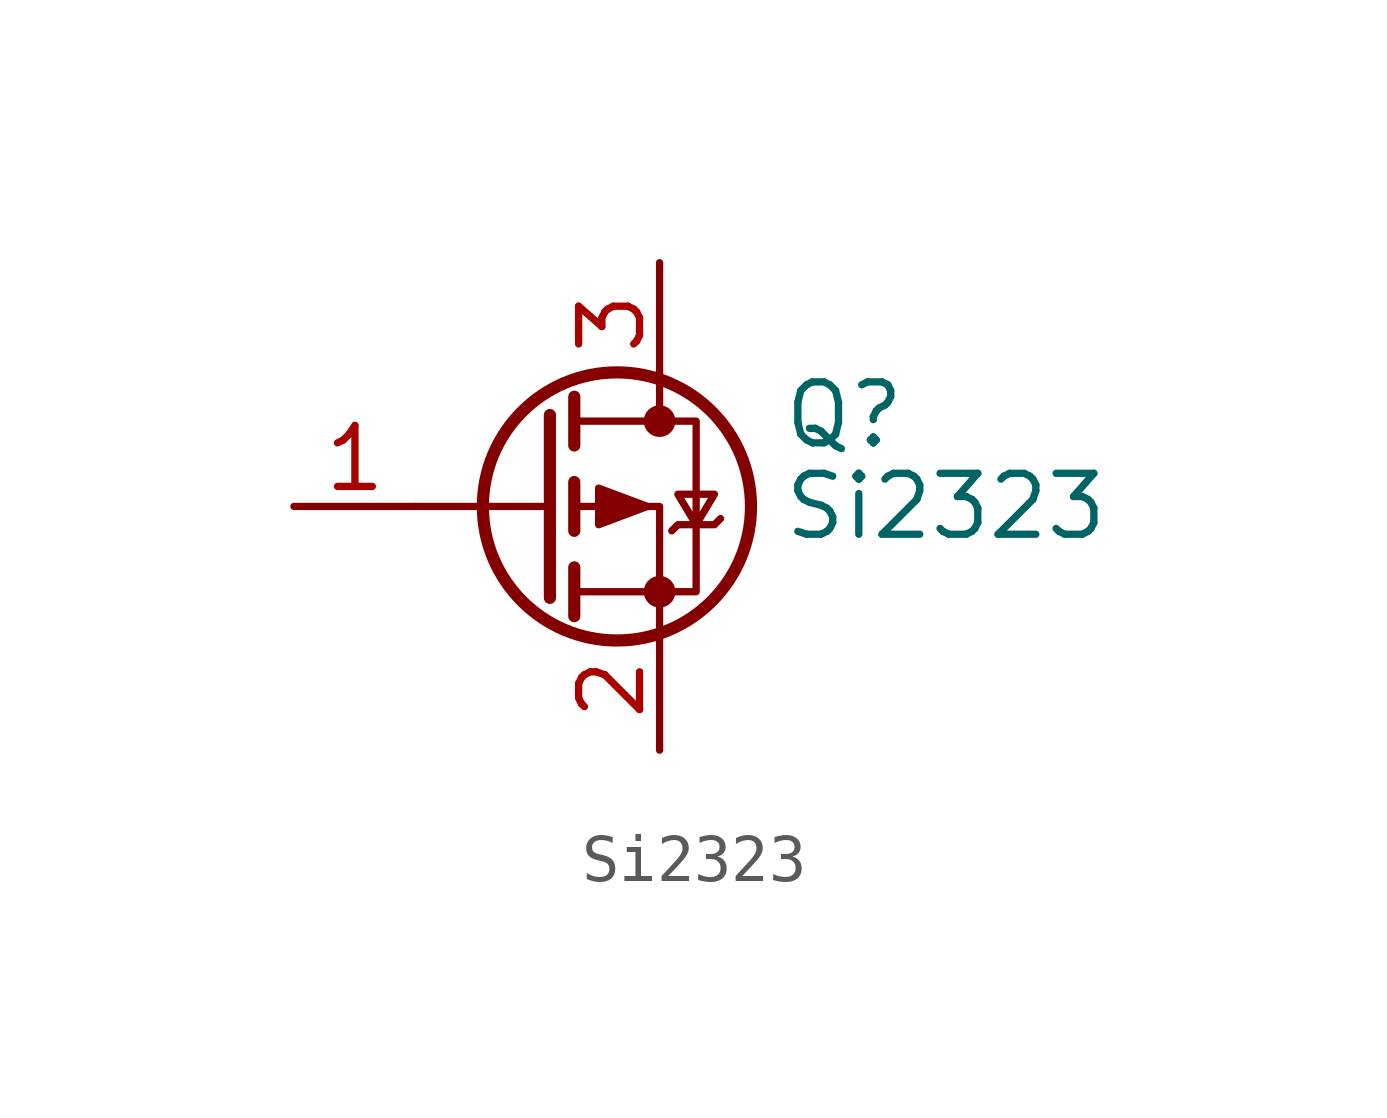
<source format=kicad_sym>
(kicad_symbol_lib
  (version 20241209)
  (generator "kicad_symbol_editor")
  (generator_version "9.0")
  (symbol "Si2323"
    (pin_names
      (hide yes))
    (property "Reference" "Q"
      (at 5.08 1.905 0)
      (effects (font (size 1.27 1.27)) (justify left)))
    (property "Value" "Si2323"
      (at 5.08 0 0)
      (effects (font (size 1.27 1.27)) (justify left)))
    (symbol "Si2323_0_1"
      (polyline (pts (xy 0.254 1.905) (xy 0.254 -1.905)) (stroke (width 0.254) (type default)) (fill (type none)))
      (polyline (pts (xy 0.254 0) (xy -2.54 0)) (stroke (width 0) (type default)) (fill (type none)))
      (polyline (pts (xy 0.762 2.286) (xy 0.762 1.27)) (stroke (width 0.254) (type default)) (fill (type none)))
      (polyline (pts (xy 0.762 1.778) (xy 3.302 1.778) (xy 3.302 -1.778) (xy 0.762 -1.778)) (stroke (width 0) (type default)) (fill (type none)))
      (polyline (pts (xy 0.762 0.508) (xy 0.762 -0.508)) (stroke (width 0.254) (type default)) (fill (type none)))
      (polyline (pts (xy 0.762 -1.27) (xy 0.762 -2.286)) (stroke (width 0.254) (type default)) (fill (type none)))
      (circle (center 1.651 0) (radius 2.794) (stroke (width 0.254) (type default)) (fill (type none)))
      (polyline (pts (xy 2.286 0) (xy 1.27 0.381) (xy 1.27 -0.381) (xy 2.286 0)) (stroke (width 0) (type default)) (fill (type outline)))
      (polyline (pts (xy 2.54 2.54) (xy 2.54 1.778)) (stroke (width 0) (type default)) (fill (type none)))
      (circle (center 2.54 1.778) (radius 0.254) (stroke (width 0) (type default)) (fill (type outline)))
      (circle (center 2.54 -1.778) (radius 0.254) (stroke (width 0) (type default)) (fill (type outline)))
      (polyline (pts (xy 2.54 -2.54) (xy 2.54 0) (xy 0.762 0)) (stroke (width 0) (type default)) (fill (type none)))
      (polyline (pts (xy 2.794 -0.508) (xy 2.921 -0.381) (xy 3.683 -0.381) (xy 3.81 -0.254)) (stroke (width 0) (type default)) (fill (type none)))
      (polyline (pts (xy 3.302 -0.381) (xy 2.921 0.254) (xy 3.683 0.254) (xy 3.302 -0.381)) (stroke (width 0) (type default)) (fill (type none))))
    (symbol "Si2323_1_1"
      (pin input line (at -5.08 0 0) (length 2.54) (name "G" (effects (font (size 1.27 1.27)))) (number "1" (effects (font (size 1.27 1.27)))))
      (pin passive line (at 2.54 5.08 270) (length 2.54) (name "D" (effects (font (size 1.27 1.27)))) (number "3" (effects (font (size 1.27 1.27)))))
      (pin passive line (at 2.54 -5.08 90) (length 2.54) (name "S" (effects (font (size 1.27 1.27)))) (number "2" (effects (font (size 1.27 1.27))))))))
</source>
